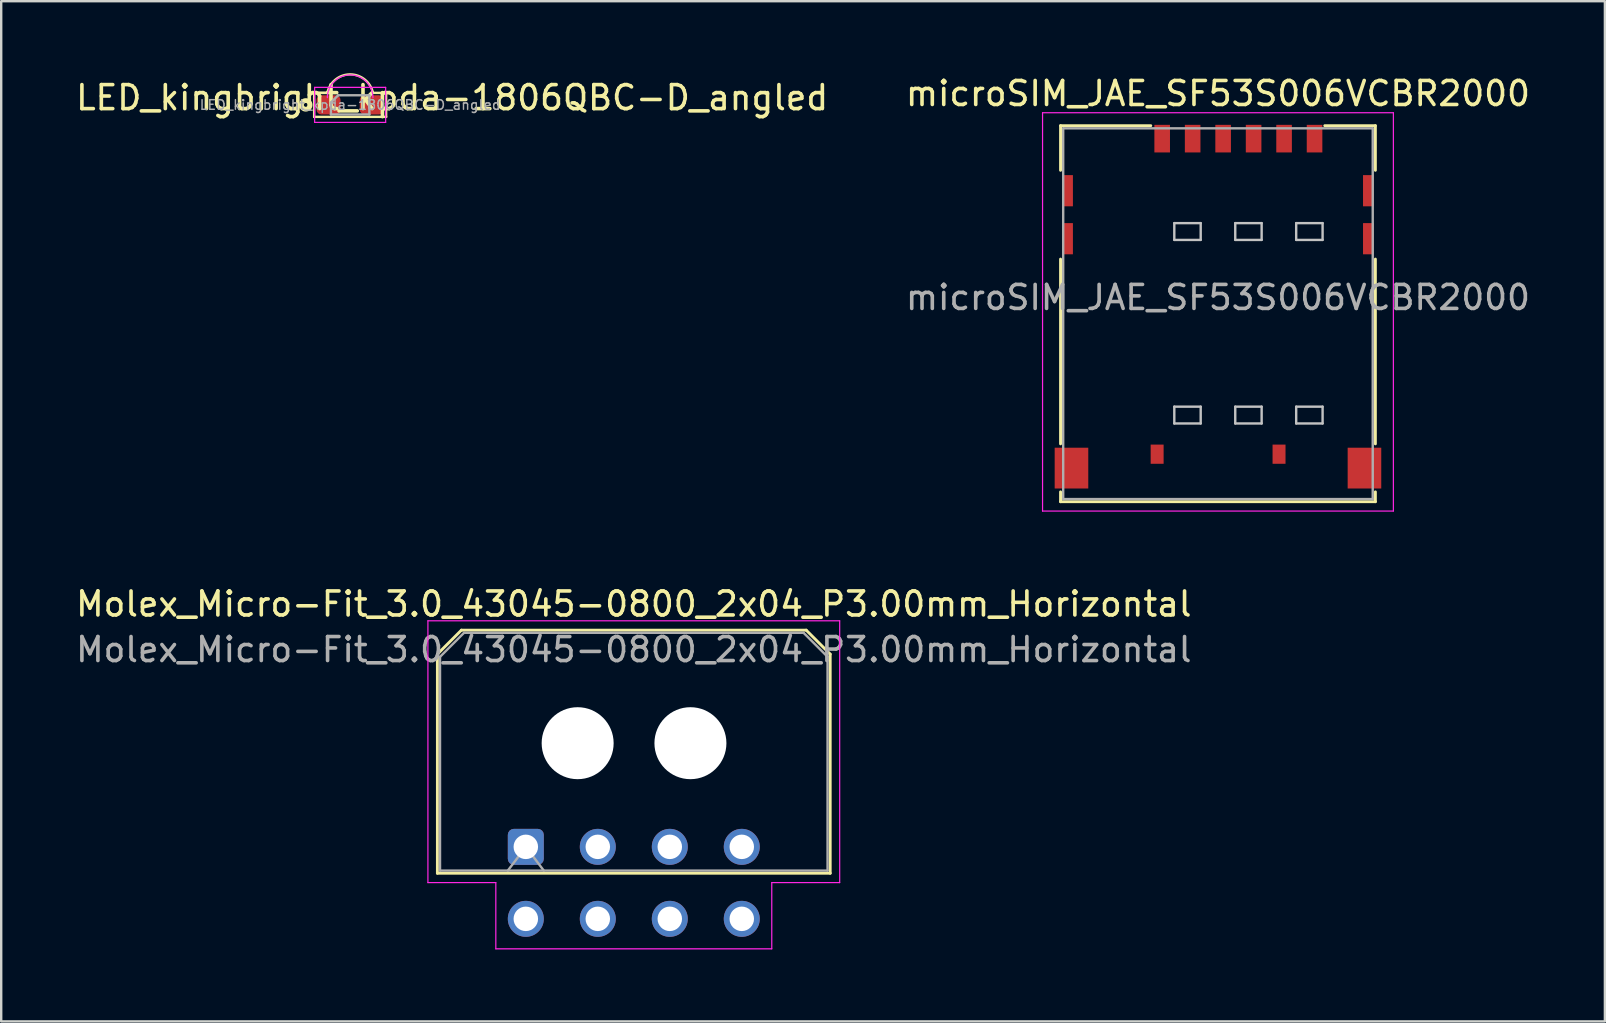
<source format=kicad_pcb>
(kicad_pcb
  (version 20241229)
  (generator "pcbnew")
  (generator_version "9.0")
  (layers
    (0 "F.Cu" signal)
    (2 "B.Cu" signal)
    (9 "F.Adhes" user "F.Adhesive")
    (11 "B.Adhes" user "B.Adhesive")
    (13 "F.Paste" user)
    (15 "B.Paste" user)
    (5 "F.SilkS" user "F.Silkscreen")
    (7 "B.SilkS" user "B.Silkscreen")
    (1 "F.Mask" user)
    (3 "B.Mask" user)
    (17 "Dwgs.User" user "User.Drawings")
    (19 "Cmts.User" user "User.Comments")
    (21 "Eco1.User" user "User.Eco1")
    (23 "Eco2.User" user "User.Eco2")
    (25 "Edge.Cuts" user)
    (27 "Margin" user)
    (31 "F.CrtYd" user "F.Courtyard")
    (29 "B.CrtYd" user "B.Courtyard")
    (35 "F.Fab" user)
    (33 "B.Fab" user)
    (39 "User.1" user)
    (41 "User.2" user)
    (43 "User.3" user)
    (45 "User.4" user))
  (footprint "LED_kingbright_kpda-1806QBC-D_angled"
    (layer "F.Cu")
    (at 11.542 1.321)
    (property "Reference" "LED_kingbright_kpda-1806QBC-D_angled" (at 4.25 -0.3 0) (layer "F.SilkS") (effects (font (size 1 1) (thickness 0.15))))
    (attr smd)
    (fp_line (start -1.5 -0.5) (end -1.5 0.5) (stroke (width 0.1) (type solid)) (layer "F.SilkS"))
    (fp_line (start -1.5 -0.5) (end -0.95 -0.5) (stroke (width 0.1) (type solid)) (layer "F.SilkS"))
    (fp_line (start -1.5 -0.5) (end -0.95 -0.5) (stroke (width 0.1) (type solid)) (layer "F.SilkS"))
    (fp_line (start 1.5 -0.5) (end 0.95 -0.5) (stroke (width 0.1) (type solid)) (layer "F.SilkS"))
    (fp_line (start 1.5 0.5) (end -1.5 0.5) (stroke (width 0.1) (type solid)) (layer "F.SilkS"))
    (fp_line (start 1.5 0.5) (end 1.5 -0.5) (stroke (width 0.1) (type solid)) (layer "F.SilkS"))
    (fp_arc (start -0.949999 -0.500001) (mid 0.000001 -1.270824) (end 0.949999 -0.499999) (stroke (width 0.1) (type solid)) (layer "F.SilkS"))
    (fp_circle (center -1.85 0) (end -1.77 0) (stroke (width 0.2) (type solid)) (fill no) (layer "F.SilkS"))
    (fp_line (start -1.48 -0.73) (end 1.48 -0.73) (stroke (width 0.05) (type solid)) (layer "F.CrtYd"))
    (fp_line (start -1.48 0.73) (end -1.48 -0.73) (stroke (width 0.05) (type solid)) (layer "F.CrtYd"))
    (fp_line (start 1.48 -0.73) (end 1.48 0.73) (stroke (width 0.05) (type solid)) (layer "F.CrtYd"))
    (fp_line (start 1.48 0.73) (end -1.48 0.73) (stroke (width 0.05) (type solid)) (layer "F.CrtYd"))
    (fp_arc (start -0.95 -0.3) (mid 0 -1.25) (end 0.95 -0.3) (stroke (width 0.05) (type solid)) (layer "F.CrtYd"))
    (fp_line (start -0.8 -0.1) (end -0.8 0.4) (stroke (width 0.1) (type solid)) (layer "F.Fab"))
    (fp_line (start -0.8 0.4) (end 0.8 0.4) (stroke (width 0.1) (type solid)) (layer "F.Fab"))
    (fp_line (start -0.5 -0.4) (end -0.8 -0.1) (stroke (width 0.1) (type solid)) (layer "F.Fab"))
    (fp_line (start 0.8 -0.4) (end -0.5 -0.4) (stroke (width 0.1) (type solid)) (layer "F.Fab"))
    (fp_line (start 0.8 0.4) (end 0.8 -0.4) (stroke (width 0.1) (type solid)) (layer "F.Fab"))
    (fp_text user "${REFERENCE}" (at 0 0 0) (layer "F.Fab") (effects (font (size 0.4 0.4) (thickness 0.06))))
    (pad "1" smd roundrect (at -0.9 0) (size 1 0.8) (layers "F.Cu" "F.Mask" "F.Paste") (roundrect_rratio 0.25))
    (pad "2" smd roundrect (at 0.9 0) (size 1 0.8) (layers "F.Cu" "F.Mask" "F.Paste") (roundrect_rratio 0.25)))
  (footprint "microSIM_JAE_SF53S006VCBR2000"
    (layer "F.Cu")
    (at 47.708 9.348)
    (property "Reference" "microSIM_JAE_SF53S006VCBR2000" (at 0 -8.5 0) (layer "F.SilkS") (effects (font (size 1 1) (thickness 0.15))))
    (attr smd)
    (fp_line (start -6.56 -7.16) (end -2.8 -7.16) (stroke (width 0.12) (type solid)) (layer "F.SilkS"))
    (fp_line (start -6.56 -5.3) (end -6.56 -7.16) (stroke (width 0.12) (type solid)) (layer "F.SilkS"))
    (fp_line (start -6.56 6.1) (end -6.56 -1.6) (stroke (width 0.12) (type solid)) (layer "F.SilkS"))
    (fp_line (start -6.56 8.1) (end -6.56 8.51) (stroke (width 0.12) (type solid)) (layer "F.SilkS"))
    (fp_line (start -6.56 8.51) (end 6.56 8.51) (stroke (width 0.12) (type solid)) (layer "F.SilkS"))
    (fp_line (start 4.45 -7.16) (end 6.56 -7.16) (stroke (width 0.12) (type solid)) (layer "F.SilkS"))
    (fp_line (start 6.56 -5.3) (end 6.56 -7.16) (stroke (width 0.12) (type solid)) (layer "F.SilkS"))
    (fp_line (start 6.56 6.1) (end 6.56 -1.6) (stroke (width 0.12) (type solid)) (layer "F.SilkS"))
    (fp_line (start 6.56 8.1) (end 6.56 8.51) (stroke (width 0.12) (type solid)) (layer "F.SilkS"))
    (fp_line (start -1.82 -3.1) (end -1.82 -2.4) (stroke (width 0.1) (type solid)) (layer "Dwgs.User"))
    (fp_line (start -1.82 -3.1) (end -0.72 -3.1) (stroke (width 0.1) (type solid)) (layer "Dwgs.User"))
    (fp_line (start -1.82 -2.4) (end -0.72 -2.4) (stroke (width 0.1) (type solid)) (layer "Dwgs.User"))
    (fp_line (start -1.82 4.55) (end -1.82 5.25) (stroke (width 0.1) (type solid)) (layer "Dwgs.User"))
    (fp_line (start -1.82 4.55) (end -0.72 4.55) (stroke (width 0.1) (type solid)) (layer "Dwgs.User"))
    (fp_line (start -1.82 5.25) (end -0.72 5.25) (stroke (width 0.1) (type solid)) (layer "Dwgs.User"))
    (fp_line (start -0.72 -3.1) (end -0.72 -2.4) (stroke (width 0.1) (type solid)) (layer "Dwgs.User"))
    (fp_line (start -0.72 4.55) (end -0.72 5.25) (stroke (width 0.1) (type solid)) (layer "Dwgs.User"))
    (fp_line (start 0.72 -3.1) (end 0.72 -2.4) (stroke (width 0.1) (type solid)) (layer "Dwgs.User"))
    (fp_line (start 0.72 -3.1) (end 1.82 -3.1) (stroke (width 0.1) (type solid)) (layer "Dwgs.User"))
    (fp_line (start 0.72 -2.4) (end 1.82 -2.4) (stroke (width 0.1) (type solid)) (layer "Dwgs.User"))
    (fp_line (start 0.72 4.55) (end 0.72 5.25) (stroke (width 0.1) (type solid)) (layer "Dwgs.User"))
    (fp_line (start 0.72 4.55) (end 1.82 4.55) (stroke (width 0.1) (type solid)) (layer "Dwgs.User"))
    (fp_line (start 0.72 5.25) (end 1.82 5.25) (stroke (width 0.1) (type solid)) (layer "Dwgs.User"))
    (fp_line (start 1.82 -3.1) (end 1.82 -2.4) (stroke (width 0.1) (type solid)) (layer "Dwgs.User"))
    (fp_line (start 1.82 4.55) (end 1.82 5.25) (stroke (width 0.1) (type solid)) (layer "Dwgs.User"))
    (fp_line (start 3.26 -3.1) (end 3.26 -2.4) (stroke (width 0.1) (type solid)) (layer "Dwgs.User"))
    (fp_line (start 3.26 -3.1) (end 4.36 -3.1) (stroke (width 0.1) (type solid)) (layer "Dwgs.User"))
    (fp_line (start 3.26 -2.4) (end 4.36 -2.4) (stroke (width 0.1) (type solid)) (layer "Dwgs.User"))
    (fp_line (start 3.26 4.55) (end 3.26 5.25) (stroke (width 0.1) (type solid)) (layer "Dwgs.User"))
    (fp_line (start 3.26 4.55) (end 4.36 4.55) (stroke (width 0.1) (type solid)) (layer "Dwgs.User"))
    (fp_line (start 3.26 5.25) (end 4.36 5.25) (stroke (width 0.1) (type solid)) (layer "Dwgs.User"))
    (fp_line (start 4.36 -3.1) (end 4.36 -2.4) (stroke (width 0.1) (type solid)) (layer "Dwgs.User"))
    (fp_line (start 4.36 4.55) (end 4.36 5.25) (stroke (width 0.1) (type solid)) (layer "Dwgs.User"))
    (fp_line (start -7.31 -7.7) (end -7.31 8.9) (stroke (width 0.05) (type solid)) (layer "F.CrtYd"))
    (fp_line (start -7.31 -7.7) (end 7.31 -7.7) (stroke (width 0.05) (type solid)) (layer "F.CrtYd"))
    (fp_line (start -7.31 8.9) (end 7.31 8.9) (stroke (width 0.05) (type solid)) (layer "F.CrtYd"))
    (fp_line (start 7.31 -7.7) (end 7.31 8.9) (stroke (width 0.05) (type solid)) (layer "F.CrtYd"))
    (fp_line (start -6.45 -7.05) (end -6.45 8.4) (stroke (width 0.1) (type solid)) (layer "F.Fab"))
    (fp_line (start -6.45 -7.05) (end 6.45 -7.05) (stroke (width 0.1) (type solid)) (layer "F.Fab"))
    (fp_line (start -6.45 8.4) (end 6.45 8.4) (stroke (width 0.1) (type solid)) (layer "F.Fab"))
    (fp_line (start 6.45 -7.05) (end 6.45 8.4) (stroke (width 0.1) (type solid)) (layer "F.Fab"))
    (fp_text user "${REFERENCE}" (at 0 0 0) (layer "F.Fab") (effects (font (size 1 1) (thickness 0.15))))
    (pad "1" smd rect (at 2.755 -6.62) (size 0.65 1.15) (layers "F.Cu" "F.Mask" "F.Paste"))
    (pad "2" smd rect (at 0.215 -6.62) (size 0.65 1.15) (layers "F.Cu" "F.Mask" "F.Paste"))
    (pad "3" smd rect (at -2.325 -6.62) (size 0.65 1.15) (layers "F.Cu" "F.Mask" "F.Paste"))
    (pad "5" smd rect (at 4.025 -6.62) (size 0.65 1.15) (layers "F.Cu" "F.Mask" "F.Paste"))
    (pad "6" smd rect (at 1.485 -6.62) (size 0.65 1.15) (layers "F.Cu" "F.Mask" "F.Paste"))
    (pad "7" smd rect (at -1.055 -6.62) (size 0.65 1.15) (layers "F.Cu" "F.Mask" "F.Paste"))
    (pad "SH" smd rect (at -6.27 -4.45) (size 0.45 1.3) (layers "F.Cu" "F.Mask" "F.Paste"))
    (pad "SH" smd rect (at -6.27 -2.45) (size 0.45 1.3) (layers "F.Cu" "F.Mask" "F.Paste"))
    (pad "SH" smd rect (at -6.105 7.11) (size 1.4 1.7) (layers "F.Cu" "F.Mask" "F.Paste"))
    (pad "SH" smd rect (at -2.535 6.53) (size 0.54 0.8) (layers "F.Cu" "F.Mask" "F.Paste"))
    (pad "SH" smd rect (at 2.545 6.53) (size 0.54 0.8) (layers "F.Cu" "F.Mask" "F.Paste"))
    (pad "SH" smd rect (at 6.105 7.11) (size 1.4 1.7) (layers "F.Cu" "F.Mask" "F.Paste"))
    (pad "SH" smd rect (at 6.27 -4.45) (size 0.45 1.3) (layers "F.Cu" "F.Mask" "F.Paste"))
    (pad "SH" smd rect (at 6.27 -2.45) (size 0.45 1.3) (layers "F.Cu" "F.Mask" "F.Paste")))
  (footprint "Molex_Micro-Fit_3.0_43045-0800_2x04_P3.00mm_Horizontal"
    (layer "F.Cu")
    (at 18.863 32.242)
    (property "Reference" "Molex_Micro-Fit_3.0_43045-0800_2x04_P3.00mm_Horizontal" (at 4.5 -10.12 0) (layer "F.SilkS") (effects (font (size 1 1) (thickness 0.15))))
    (attr through_hole)
    (fp_line (start -3.685 -8.03) (end -2.685 -9.03) (stroke (width 0.12) (type solid)) (layer "F.SilkS"))
    (fp_line (start -3.685 1.1) (end -3.685 -8.03) (stroke (width 0.12) (type solid)) (layer "F.SilkS"))
    (fp_line (start -2.685 -9.03) (end 11.685 -9.03) (stroke (width 0.12) (type solid)) (layer "F.SilkS"))
    (fp_line (start 11.685 -9.03) (end 12.685 -8.03) (stroke (width 0.12) (type solid)) (layer "F.SilkS"))
    (fp_line (start 12.685 -8.03) (end 12.685 1.1) (stroke (width 0.12) (type solid)) (layer "F.SilkS"))
    (fp_line (start 12.685 1.1) (end -3.685 1.1) (stroke (width 0.12) (type solid)) (layer "F.SilkS"))
    (fp_line (start -4.08 -9.42) (end 13.08 -9.42) (stroke (width 0.05) (type solid)) (layer "F.CrtYd"))
    (fp_line (start -4.08 1.49) (end -4.08 -9.42) (stroke (width 0.05) (type solid)) (layer "F.CrtYd"))
    (fp_line (start -1.25 1.49) (end -4.08 1.49) (stroke (width 0.05) (type solid)) (layer "F.CrtYd"))
    (fp_line (start -1.25 4.25) (end -1.25 1.49) (stroke (width 0.05) (type solid)) (layer "F.CrtYd"))
    (fp_line (start 10.25 1.49) (end 10.25 4.25) (stroke (width 0.05) (type solid)) (layer "F.CrtYd"))
    (fp_line (start 10.25 4.25) (end -1.25 4.25) (stroke (width 0.05) (type solid)) (layer "F.CrtYd"))
    (fp_line (start 13.08 -9.42) (end 13.08 1.49) (stroke (width 0.05) (type solid)) (layer "F.CrtYd"))
    (fp_line (start 13.08 1.49) (end 10.25 1.49) (stroke (width 0.05) (type solid)) (layer "F.CrtYd"))
    (fp_line (start -3.575 -7.92) (end -2.575 -8.92) (stroke (width 0.1) (type solid)) (layer "F.Fab"))
    (fp_line (start -3.575 0.99) (end -3.575 -7.92) (stroke (width 0.1) (type solid)) (layer "F.Fab"))
    (fp_line (start -2.575 -8.92) (end 11.575 -8.92) (stroke (width 0.1) (type solid)) (layer "F.Fab"))
    (fp_line (start -0.75 0.99) (end 0 0) (stroke (width 0.1) (type solid)) (layer "F.Fab"))
    (fp_line (start 0 0) (end 0.75 0.99) (stroke (width 0.1) (type solid)) (layer "F.Fab"))
    (fp_line (start 11.575 -8.92) (end 12.575 -7.92) (stroke (width 0.1) (type solid)) (layer "F.Fab"))
    (fp_line (start 12.575 -7.92) (end 12.575 0.99) (stroke (width 0.1) (type solid)) (layer "F.Fab"))
    (fp_line (start 12.575 0.99) (end -3.575 0.99) (stroke (width 0.1) (type solid)) (layer "F.Fab"))
    (fp_text user "${REFERENCE}" (at 4.5 -8.22 0) (layer "F.Fab") (effects (font (size 1 1) (thickness 0.15))))
    (pad "" np_thru_hole circle (at 2.16 -4.32) (size 3 3) (drill 3) (layers "*.Cu" "*.Mask"))
    (pad "" np_thru_hole circle (at 6.86 -4.32) (size 3 3) (drill 3) (layers "*.Cu" "*.Mask"))
    (pad "1" thru_hole roundrect (at 0 0) (size 1.5 1.5) (drill 1.02) (layers "*.Cu" "*.Mask") (roundrect_rratio 0.167))
    (pad "2" thru_hole circle (at 3 0) (size 1.5 1.5) (drill 1.02) (layers "*.Cu" "*.Mask"))
    (pad "3" thru_hole circle (at 6 0) (size 1.5 1.5) (drill 1.02) (layers "*.Cu" "*.Mask"))
    (pad "4" thru_hole circle (at 9 0) (size 1.5 1.5) (drill 1.02) (layers "*.Cu" "*.Mask"))
    (pad "5" thru_hole circle (at 0 3) (size 1.5 1.5) (drill 1.02) (layers "*.Cu" "*.Mask"))
    (pad "6" thru_hole circle (at 3 3) (size 1.5 1.5) (drill 1.02) (layers "*.Cu" "*.Mask"))
    (pad "7" thru_hole circle (at 6 3) (size 1.5 1.5) (drill 1.02) (layers "*.Cu" "*.Mask"))
    (pad "8" thru_hole circle (at 9 3) (size 1.5 1.5) (drill 1.02) (layers "*.Cu" "*.Mask")))
  (gr_rect
    (start -3 -3)
    (end 63.833 39.517)
    (stroke (width 0.1) (type default))
    (fill no)
    (layer "Edge.Cuts")))
</source>
